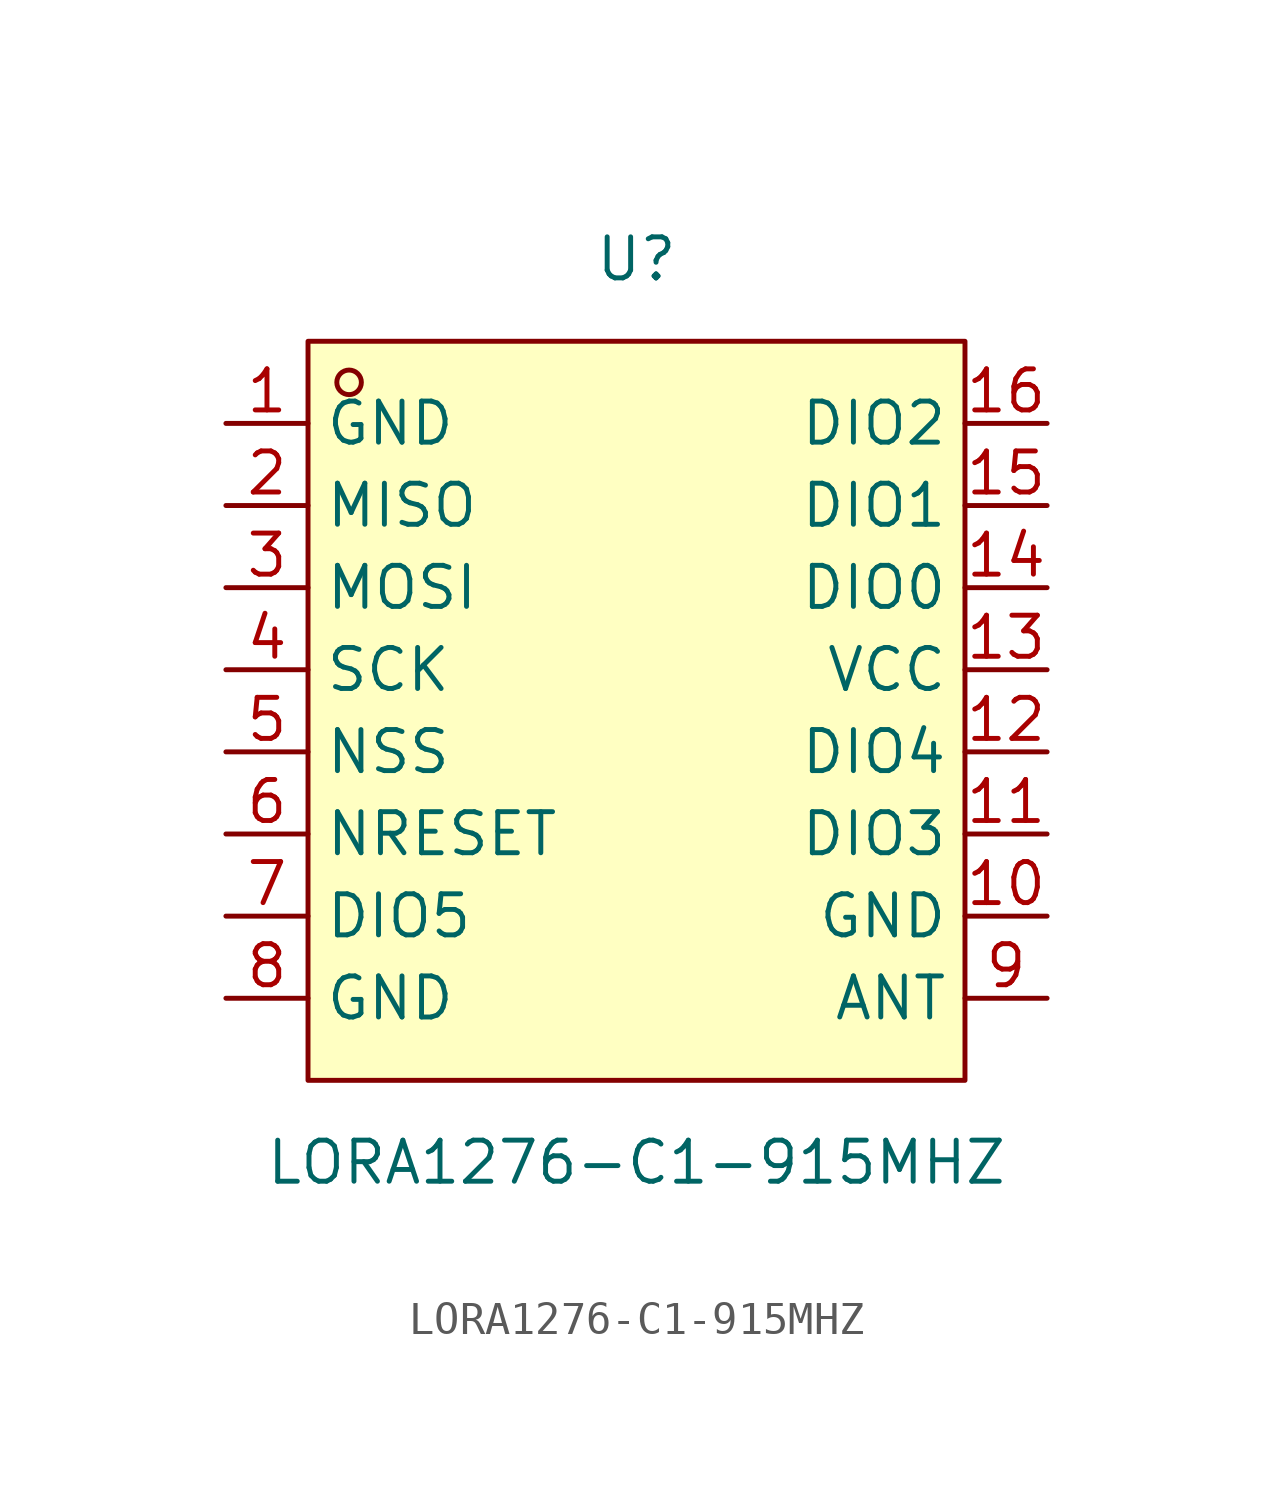
<source format=kicad_sym>
(kicad_symbol_lib
  (version 20211014)
  (generator https://github.com/uPesy/easyeda2kicad.py)
  (symbol "LORA1276-C1-915MHZ"
    (property "Reference" "U"
      (at 0 13.97 0)
      (effects (font (size 1.27 1.27))))
    (property "Value" "LORA1276-C1-915MHZ"
      (at 0 -13.97 0)
      (effects (font (size 1.27 1.27))))
    (symbol "LORA1276-C1-915MHZ_0_1"
      (rectangle (start -10.16 11.43) (end 10.16 -11.43) (stroke (width 0) (type default) (color 0 0 0 0)) (fill (type background)))
      (circle (center -8.89 10.16) (radius 0.38) (stroke (width 0) (type default) (color 0 0 0 0)) (fill (type none)))
      (pin unspecified line (at -12.70 8.89 0) (length 2.54) (name "GND" (effects (font (size 1.27 1.27)))) (number "1" (effects (font (size 1.27 1.27)))))
      (pin unspecified line (at -12.70 6.35 0) (length 2.54) (name "MISO" (effects (font (size 1.27 1.27)))) (number "2" (effects (font (size 1.27 1.27)))))
      (pin unspecified line (at -12.70 3.81 0) (length 2.54) (name "MOSI" (effects (font (size 1.27 1.27)))) (number "3" (effects (font (size 1.27 1.27)))))
      (pin unspecified line (at -12.70 1.27 0) (length 2.54) (name "SCK" (effects (font (size 1.27 1.27)))) (number "4" (effects (font (size 1.27 1.27)))))
      (pin unspecified line (at -12.70 -1.27 0) (length 2.54) (name "NSS" (effects (font (size 1.27 1.27)))) (number "5" (effects (font (size 1.27 1.27)))))
      (pin unspecified line (at -12.70 -3.81 0) (length 2.54) (name "NRESET" (effects (font (size 1.27 1.27)))) (number "6" (effects (font (size 1.27 1.27)))))
      (pin unspecified line (at -12.70 -6.35 0) (length 2.54) (name "DIO5" (effects (font (size 1.27 1.27)))) (number "7" (effects (font (size 1.27 1.27)))))
      (pin unspecified line (at -12.70 -8.89 0) (length 2.54) (name "GND" (effects (font (size 1.27 1.27)))) (number "8" (effects (font (size 1.27 1.27)))))
      (pin unspecified line (at 12.70 -8.89 180) (length 2.54) (name "ANT" (effects (font (size 1.27 1.27)))) (number "9" (effects (font (size 1.27 1.27)))))
      (pin unspecified line (at 12.70 -6.35 180) (length 2.54) (name "GND" (effects (font (size 1.27 1.27)))) (number "10" (effects (font (size 1.27 1.27)))))
      (pin unspecified line (at 12.70 -3.81 180) (length 2.54) (name "DIO3" (effects (font (size 1.27 1.27)))) (number "11" (effects (font (size 1.27 1.27)))))
      (pin unspecified line (at 12.70 -1.27 180) (length 2.54) (name "DIO4" (effects (font (size 1.27 1.27)))) (number "12" (effects (font (size 1.27 1.27)))))
      (pin unspecified line (at 12.70 1.27 180) (length 2.54) (name "VCC" (effects (font (size 1.27 1.27)))) (number "13" (effects (font (size 1.27 1.27)))))
      (pin unspecified line (at 12.70 3.81 180) (length 2.54) (name "DIO0" (effects (font (size 1.27 1.27)))) (number "14" (effects (font (size 1.27 1.27)))))
      (pin unspecified line (at 12.70 6.35 180) (length 2.54) (name "DIO1" (effects (font (size 1.27 1.27)))) (number "15" (effects (font (size 1.27 1.27)))))
      (pin unspecified line (at 12.70 8.89 180) (length 2.54) (name "DIO2" (effects (font (size 1.27 1.27)))) (number "16" (effects (font (size 1.27 1.27))))))))
</source>
